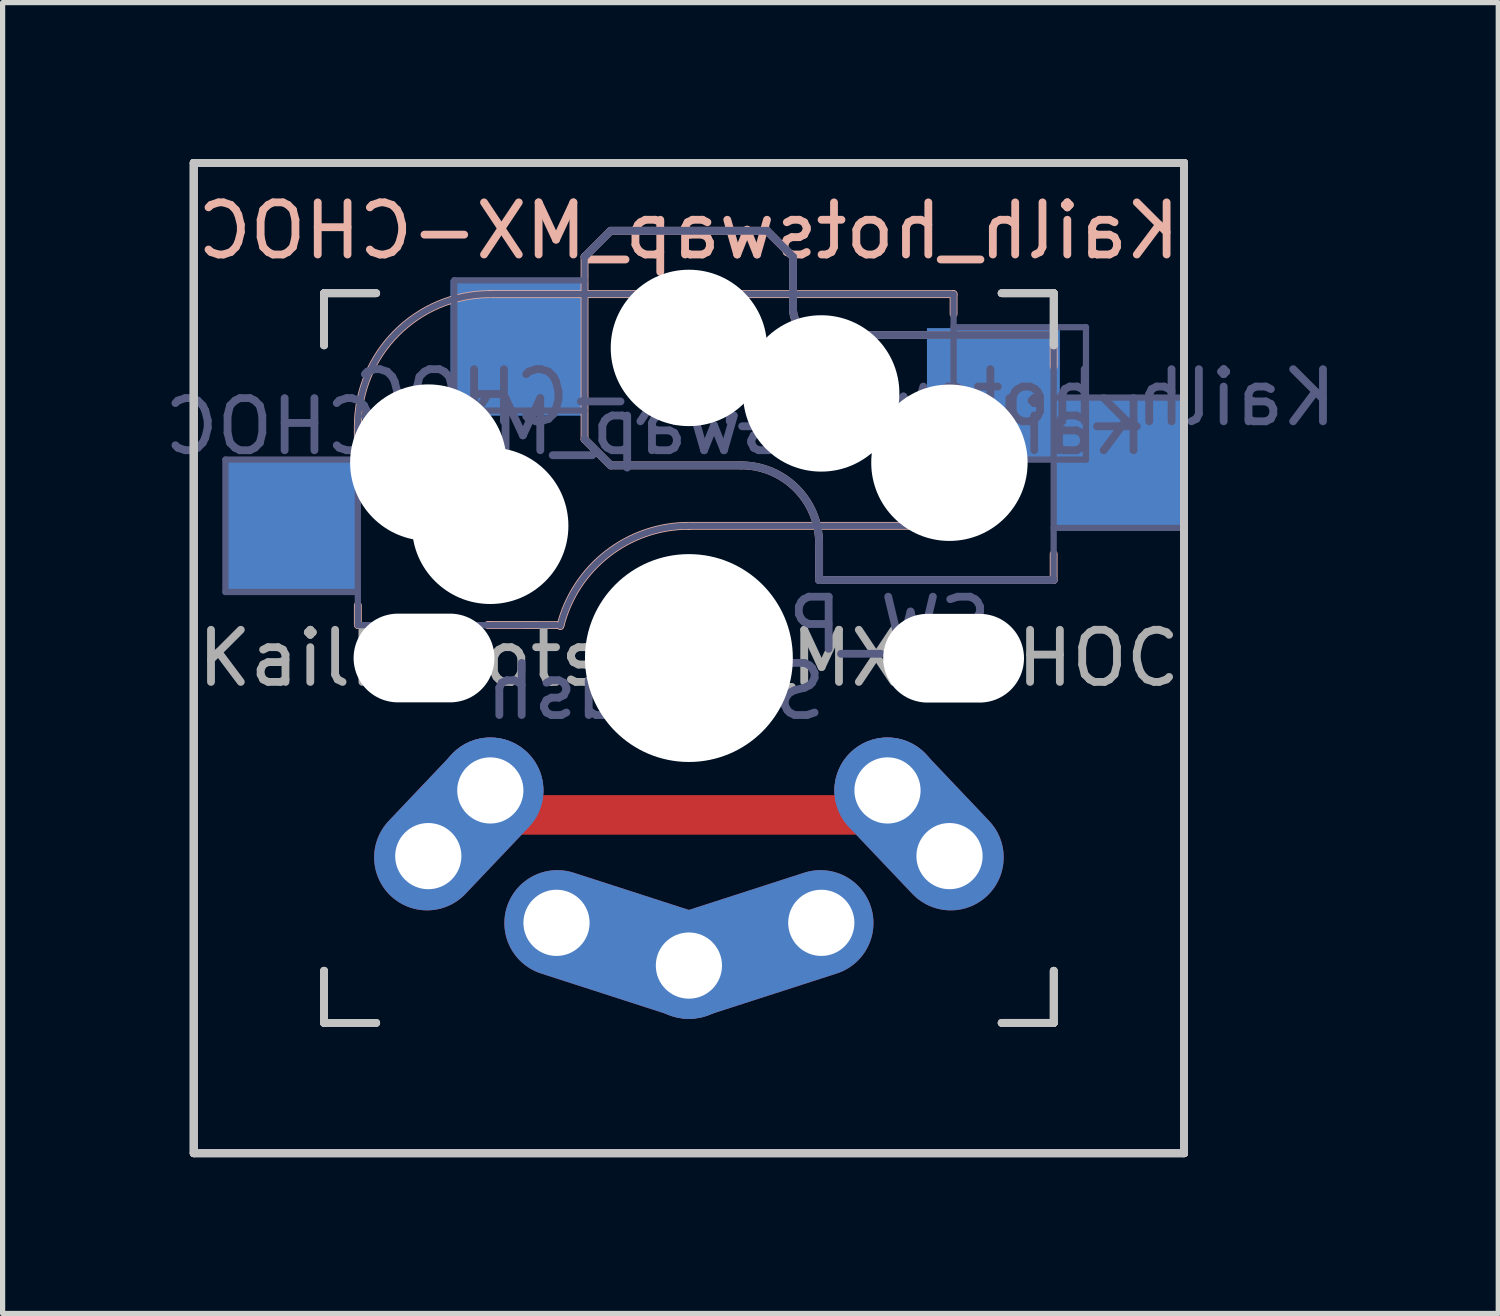
<source format=kicad_pcb>
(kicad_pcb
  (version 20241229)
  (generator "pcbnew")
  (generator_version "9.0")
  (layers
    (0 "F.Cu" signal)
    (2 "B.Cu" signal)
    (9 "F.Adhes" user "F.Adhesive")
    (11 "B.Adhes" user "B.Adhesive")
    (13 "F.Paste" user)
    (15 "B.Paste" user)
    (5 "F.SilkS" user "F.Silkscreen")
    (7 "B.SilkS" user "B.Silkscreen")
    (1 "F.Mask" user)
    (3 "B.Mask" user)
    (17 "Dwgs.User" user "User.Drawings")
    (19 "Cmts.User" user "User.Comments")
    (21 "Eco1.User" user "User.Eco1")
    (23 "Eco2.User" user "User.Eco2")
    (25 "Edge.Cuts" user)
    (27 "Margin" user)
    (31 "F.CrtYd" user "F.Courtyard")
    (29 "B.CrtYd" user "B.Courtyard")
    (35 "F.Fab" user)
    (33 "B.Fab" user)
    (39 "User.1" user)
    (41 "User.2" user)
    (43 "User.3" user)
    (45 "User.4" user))
  (footprint "Kailh_hotswap_MX-CHOC"
    (layer "F.Cu")
    (at 10.165 9.578)
    (property "Reference" "Kailh_hotswap_MX-CHOC" (at 0 -8.2 180) (layer "B.SilkS") (effects (font (size 1 1) (thickness 0.15)) (justify mirror)))
    (property "Value" "SW_Push" (at -0.617 -8.609 180) (layer "F.Fab") (hide yes) (effects (font (size 1 1) (thickness 0.15))))
    (attr smd)
    (fp_line (start -6.35 -4.445) (end -6.35 -4.064) (stroke (width 0.15) (type solid)) (layer "B.SilkS"))
    (fp_line (start -6.35 -1.016) (end -6.35 -0.635) (stroke (width 0.15) (type solid)) (layer "B.SilkS"))
    (fp_line (start -3.81 -6.985) (end 5.08 -6.985) (stroke (width 0.15) (type solid)) (layer "B.SilkS"))
    (fp_line (start -2.464 -0.635) (end -3.859 -0.637) (stroke (width 0.15) (type solid)) (layer "B.SilkS"))
    (fp_line (start -2 -7.7) (end -2 -4.2) (stroke (width 0.15) (type solid)) (layer "B.SilkS"))
    (fp_line (start -2 -7.7) (end -1.5 -8.2) (stroke (width 0.15) (type solid)) (layer "B.SilkS"))
    (fp_line (start -2 -4.2) (end -1.5 -3.7) (stroke (width 0.15) (type solid)) (layer "B.SilkS"))
    (fp_line (start -1.5 -8.2) (end 1.5 -8.2) (stroke (width 0.15) (type solid)) (layer "B.SilkS"))
    (fp_line (start -1.5 -3.7) (end 1 -3.7) (stroke (width 0.15) (type solid)) (layer "B.SilkS"))
    (fp_line (start 1.5 -8.2) (end 2 -7.7) (stroke (width 0.15) (type solid)) (layer "B.SilkS"))
    (fp_line (start 2 -6.7) (end 2 -7.7) (stroke (width 0.15) (type solid)) (layer "B.SilkS"))
    (fp_line (start 2.5 -2.2) (end 2.5 -1.5) (stroke (width 0.15) (type solid)) (layer "B.SilkS"))
    (fp_line (start 2.5 -1.5) (end 7 -1.5) (stroke (width 0.15) (type solid)) (layer "B.SilkS"))
    (fp_line (start 5.08 -6.985) (end 5.08 -6.604) (stroke (width 0.15) (type solid)) (layer "B.SilkS"))
    (fp_line (start 5.08 -3.556) (end 5.08 -2.54) (stroke (width 0.15) (type solid)) (layer "B.SilkS"))
    (fp_line (start 5.08 -2.54) (end 0 -2.54) (stroke (width 0.15) (type solid)) (layer "B.SilkS"))
    (fp_line (start 7 -6.2) (end 2.5 -6.2) (stroke (width 0.15) (type solid)) (layer "B.SilkS"))
    (fp_line (start 7 -5.6) (end 7 -6.2) (stroke (width 0.15) (type solid)) (layer "B.SilkS"))
    (fp_line (start 7 -1.5) (end 7 -2) (stroke (width 0.15) (type solid)) (layer "B.SilkS"))
    (fp_arc (start -6.35 -4.445) (mid -5.606051 -6.241051) (end -3.81 -6.985) (stroke (width 0.15) (type solid)) (layer "B.SilkS"))
    (fp_arc (start -2.464162 -0.61604) (mid -1.563147 -2.002042) (end 0 -2.54) (stroke (width 0.15) (type solid)) (layer "B.SilkS"))
    (fp_arc (start 1 -3.7) (mid 2.060661 -3.26066) (end 2.5 -2.2) (stroke (width 0.15) (type solid)) (layer "B.SilkS"))
    (fp_arc (start 2.5 -6.2) (mid 2.146447 -6.346446) (end 2 -6.7) (stroke (width 0.15) (type solid)) (layer "B.SilkS"))
    (fp_line (start -9.498 -9.503) (end -9.498 9.497) (stroke (width 0.15) (type solid)) (layer "Dwgs.User"))
    (fp_line (start -9.498 -9.503) (end 9.502 -9.503) (stroke (width 0.15) (type solid)) (layer "Dwgs.User"))
    (fp_line (start -9.498 -9.503) (end 9.502 -9.503) (stroke (width 0.15) (type solid)) (layer "Dwgs.User"))
    (fp_line (start -9.498 -9.503) (end 9.502 -9.503) (stroke (width 0.15) (type solid)) (layer "Dwgs.User"))
    (fp_line (start -9.498 9.497) (end -9.498 -9.503) (stroke (width 0.15) (type solid)) (layer "Dwgs.User"))
    (fp_line (start -9.498 9.497) (end -9.498 -9.503) (stroke (width 0.15) (type solid)) (layer "Dwgs.User"))
    (fp_line (start -9.498 9.497) (end -9.498 -9.503) (stroke (width 0.15) (type solid)) (layer "Dwgs.User"))
    (fp_line (start -9.498 9.497) (end 9.502 9.497) (stroke (width 0.15) (type solid)) (layer "Dwgs.User"))
    (fp_line (start -6.998 -6.003) (end -6.998 -7.003) (stroke (width 0.15) (type solid)) (layer "Dwgs.User"))
    (fp_line (start -6.998 -6.003) (end -6.998 -7.003) (stroke (width 0.15) (type solid)) (layer "Dwgs.User"))
    (fp_line (start -6.998 -6.003) (end -6.998 -7.003) (stroke (width 0.15) (type solid)) (layer "Dwgs.User"))
    (fp_line (start -6.998 5.997) (end -6.998 6.997) (stroke (width 0.15) (type solid)) (layer "Dwgs.User"))
    (fp_line (start -6.998 6.997) (end -6.998 5.997) (stroke (width 0.15) (type solid)) (layer "Dwgs.User"))
    (fp_line (start -6.998 6.997) (end -6.998 5.997) (stroke (width 0.15) (type solid)) (layer "Dwgs.User"))
    (fp_line (start -6.998 6.997) (end -5.998 6.997) (stroke (width 0.15) (type solid)) (layer "Dwgs.User"))
    (fp_line (start -6.998 6.997) (end -5.998 6.997) (stroke (width 0.15) (type solid)) (layer "Dwgs.User"))
    (fp_line (start -6.998 6.997) (end -5.998 6.997) (stroke (width 0.15) (type solid)) (layer "Dwgs.User"))
    (fp_line (start -5.998 -7.003) (end -6.998 -7.003) (stroke (width 0.15) (type solid)) (layer "Dwgs.User"))
    (fp_line (start -5.998 -7.003) (end -6.998 -7.003) (stroke (width 0.15) (type solid)) (layer "Dwgs.User"))
    (fp_line (start -5.998 -7.003) (end -6.998 -7.003) (stroke (width 0.15) (type solid)) (layer "Dwgs.User"))
    (fp_line (start 6.002 -7.003) (end 7.002 -7.003) (stroke (width 0.15) (type solid)) (layer "Dwgs.User"))
    (fp_line (start 6.002 6.997) (end 7.002 6.997) (stroke (width 0.15) (type solid)) (layer "Dwgs.User"))
    (fp_line (start 6.002 6.997) (end 7.002 6.997) (stroke (width 0.15) (type solid)) (layer "Dwgs.User"))
    (fp_line (start 6.003 6.996) (end 7.003 6.996) (stroke (width 0.15) (type solid)) (layer "Dwgs.User"))
    (fp_line (start 7.002 -7.003) (end 6.002 -7.003) (stroke (width 0.15) (type solid)) (layer "Dwgs.User"))
    (fp_line (start 7.002 -7.003) (end 6.002 -7.003) (stroke (width 0.15) (type solid)) (layer "Dwgs.User"))
    (fp_line (start 7.002 -7.003) (end 7.002 -6.003) (stroke (width 0.15) (type solid)) (layer "Dwgs.User"))
    (fp_line (start 7.002 -7.003) (end 7.002 -6.003) (stroke (width 0.15) (type solid)) (layer "Dwgs.User"))
    (fp_line (start 7.002 -6.003) (end 7.002 -7.003) (stroke (width 0.15) (type solid)) (layer "Dwgs.User"))
    (fp_line (start 7.002 5.997) (end 7.002 6.997) (stroke (width 0.15) (type solid)) (layer "Dwgs.User"))
    (fp_line (start 7.002 5.997) (end 7.002 6.997) (stroke (width 0.15) (type solid)) (layer "Dwgs.User"))
    (fp_line (start 7.002 5.997) (end 7.002 6.997) (stroke (width 0.15) (type solid)) (layer "Dwgs.User"))
    (fp_line (start 9.502 -9.503) (end -9.498 -9.503) (stroke (width 0.15) (type solid)) (layer "Dwgs.User"))
    (fp_line (start 9.502 -9.503) (end 9.502 9.497) (stroke (width 0.15) (type solid)) (layer "Dwgs.User"))
    (fp_line (start 9.502 -9.503) (end 9.502 9.497) (stroke (width 0.15) (type solid)) (layer "Dwgs.User"))
    (fp_line (start 9.502 -9.503) (end 9.502 9.497) (stroke (width 0.15) (type solid)) (layer "Dwgs.User"))
    (fp_line (start 9.502 9.497) (end -9.498 9.497) (stroke (width 0.15) (type solid)) (layer "Dwgs.User"))
    (fp_line (start 9.502 9.497) (end -9.498 9.497) (stroke (width 0.15) (type solid)) (layer "Dwgs.User"))
    (fp_line (start 9.502 9.497) (end -9.498 9.497) (stroke (width 0.15) (type solid)) (layer "Dwgs.User"))
    (fp_line (start 9.502 9.497) (end 9.502 -9.503) (stroke (width 0.15) (type solid)) (layer "Dwgs.User"))
    (fp_line (start -8.89 -3.81) (end -6.35 -3.81) (stroke (width 0.12) (type solid)) (layer "B.Fab"))
    (fp_line (start -8.89 -1.27) (end -8.89 -3.81) (stroke (width 0.12) (type solid)) (layer "B.Fab"))
    (fp_line (start -6.35 -1.27) (end -8.89 -1.27) (stroke (width 0.12) (type solid)) (layer "B.Fab"))
    (fp_line (start -6.35 -0.635) (end -6.35 -4.445) (stroke (width 0.12) (type solid)) (layer "B.Fab"))
    (fp_line (start -6.35 -0.635) (end -2.54 -0.635) (stroke (width 0.12) (type solid)) (layer "B.Fab"))
    (fp_line (start -4.5 -7.25) (end -2 -7.25) (stroke (width 0.12) (type solid)) (layer "B.Fab"))
    (fp_line (start -4.5 -4.75) (end -4.5 -7.25) (stroke (width 0.12) (type solid)) (layer "B.Fab"))
    (fp_line (start -3.81 -6.985) (end 5.08 -6.985) (stroke (width 0.12) (type solid)) (layer "B.Fab"))
    (fp_line (start -2 -7.7) (end -1.5 -8.2) (stroke (width 0.15) (type solid)) (layer "B.Fab"))
    (fp_line (start -2 -4.75) (end -4.5 -4.75) (stroke (width 0.12) (type solid)) (layer "B.Fab"))
    (fp_line (start -2 -4.25) (end -2 -7.7) (stroke (width 0.12) (type solid)) (layer "B.Fab"))
    (fp_line (start -2 -4.2) (end -1.5 -3.7) (stroke (width 0.15) (type solid)) (layer "B.Fab"))
    (fp_line (start -1.5 -8.2) (end 1.5 -8.2) (stroke (width 0.15) (type solid)) (layer "B.Fab"))
    (fp_line (start -1.5 -3.7) (end 1 -3.7) (stroke (width 0.15) (type solid)) (layer "B.Fab"))
    (fp_line (start 1.5 -8.2) (end 2 -7.7) (stroke (width 0.15) (type solid)) (layer "B.Fab"))
    (fp_line (start 2 -6.7) (end 2 -7.7) (stroke (width 0.15) (type solid)) (layer "B.Fab"))
    (fp_line (start 2.5 -2.2) (end 2.5 -1.5) (stroke (width 0.15) (type solid)) (layer "B.Fab"))
    (fp_line (start 2.5 -1.5) (end 7 -1.5) (stroke (width 0.15) (type solid)) (layer "B.Fab"))
    (fp_line (start 5.08 -6.985) (end 5.08 -2.54) (stroke (width 0.12) (type solid)) (layer "B.Fab"))
    (fp_line (start 5.08 -6.35) (end 7.62 -6.35) (stroke (width 0.12) (type solid)) (layer "B.Fab"))
    (fp_line (start 5.08 -2.54) (end 0 -2.54) (stroke (width 0.12) (type solid)) (layer "B.Fab"))
    (fp_line (start 7 -6.2) (end 2.5 -6.2) (stroke (width 0.15) (type solid)) (layer "B.Fab"))
    (fp_line (start 7 -5) (end 9.5 -5) (stroke (width 0.12) (type solid)) (layer "B.Fab"))
    (fp_line (start 7 -1.5) (end 7 -6.2) (stroke (width 0.12) (type solid)) (layer "B.Fab"))
    (fp_line (start 7.62 -6.35) (end 7.62 -3.81) (stroke (width 0.12) (type solid)) (layer "B.Fab"))
    (fp_line (start 7.62 -3.81) (end 5.08 -3.81) (stroke (width 0.12) (type solid)) (layer "B.Fab"))
    (fp_line (start 9.5 -2.5) (end 7 -2.5) (stroke (width 0.12) (type solid)) (layer "B.Fab"))
    (fp_arc (start -6.35 -4.445) (mid -5.606051 -6.241051) (end -3.81 -6.985) (stroke (width 0.12) (type solid)) (layer "B.Fab"))
    (fp_arc (start -2.464162 -0.61604) (mid -1.563147 -2.002042) (end 0 -2.54) (stroke (width 0.12) (type solid)) (layer "B.Fab"))
    (fp_arc (start 1 -3.7) (mid 2.060661 -3.26066) (end 2.5 -2.2) (stroke (width 0.15) (type solid)) (layer "B.Fab"))
    (fp_arc (start 2.5 -6.2) (mid 2.146447 -6.346446) (end 2 -6.7) (stroke (width 0.15) (type solid)) (layer "B.Fab"))
    (fp_text user "${VALUE}" (at 2.54 -0.635 180) (layer "B.Fab") (effects (font (size 1 1) (thickness 0.15)) (justify mirror)))
    (fp_text user "${VALUE}" (at -0.635 0.635 180) (layer "B.Fab") (effects (font (size 1 1) (thickness 0.15)) (justify mirror)))
    (fp_text user "${REFERENCE}" (at 3 -5 180) (layer "B.Fab") (effects (font (size 1 1) (thickness 0.15)) (justify mirror)))
    (fp_text user "${REFERENCE}" (at -0.635 -4.445 180) (layer "B.Fab") (effects (font (size 1 1) (thickness 0.15)) (justify mirror)))
    (fp_text user "${REFERENCE}" (at 0 0 180) (layer "F.Fab") (effects (font (size 1 1) (thickness 0.15))))
    (pad "" np_thru_hole oval (at -5.08 -0.004) (size 2.702 1.702) (drill oval 2.702 1.702) (layers "*.Cu" "*.Mask"))
    (pad "" np_thru_hole circle (at -4.998 -3.753 343) (size 3 3) (drill 3) (layers "*.Cu" "*.Mask"))
    (pad "" np_thru_hole circle (at -3.81 -2.54) (size 3 3) (drill 3) (layers "*.Cu" "*.Mask"))
    (pad "" np_thru_hole circle (at 0.002 -5.953 343) (size 3 3) (drill 3) (layers "*.Cu" "*.Mask"))
    (pad "" np_thru_hole circle (at 0.002 -0.003 180) (size 3.988 3.988) (drill 3.988) (layers "*.Cu" "*.Mask"))
    (pad "" np_thru_hole circle (at 2.54 -5.08) (size 3 3) (drill 3) (layers "*.Cu" "*.Mask"))
    (pad "" np_thru_hole circle (at 5 -3.75) (size 3 3) (drill 3) (layers "*.Cu" "*.Mask"))
    (pad "" np_thru_hole oval (at 5.08 0) (size 2.702 1.702) (drill oval 2.702 1.702) (layers "*.Cu" "*.Mask"))
    (pad "1" thru_hole oval (at -4.998 3.797 136.5) (size 2.032 3.8) (drill 1.27 (offset 0 0.85)) (layers "*.Cu" "*.Mask"))
    (pad "1" thru_hole circle (at -3.808 2.537 158) (size 2.032 2.032) (drill 1.27) (layers "*.Cu" "*.Mask"))
    (pad "1" smd roundrect (at -1.011 3.389) (size 7.62 0.759) (drill (offset 1.018 -0.383)) (layers "F.Cu" "F.Mask" "F.Paste") (roundrect_rratio 0.25))
    (pad "1" thru_hole circle (at 3.812 2.537 202) (size 2.032 2.032) (drill 1.27) (layers "*.Cu" "*.Mask"))
    (pad "1" thru_hole oval (at 5.002 3.797 223.5) (size 2.032 3.8) (drill 1.27 (offset 0 0.85)) (layers "*.Cu" "*.Mask"))
    (pad "1" smd rect (at 5.844 -5.083) (size 2.55 2.5) (layers "B.Cu" "B.Mask" "B.Paste"))
    (pad "1" smd rect (at 8.275 -3.75) (size 2.6 2.6) (layers "B.Cu" "B.Mask" "B.Paste"))
    (pad "2" smd rect (at -7.62 -2.54) (size 2.55 2.5) (layers "B.Cu" "B.Mask" "B.Paste"))
    (pad "2" smd rect (at -3.273 -5.953) (size 2.6 2.6) (layers "B.Cu" "B.Mask" "B.Paste"))
    (pad "2" thru_hole oval (at -2.538 5.077 252.1) (size 2.032 4.7) (drill 1.27 (offset 0 -1.35)) (layers "*.Cu" "*.Mask"))
    (pad "2" thru_hole circle (at 0.002 5.897 343) (size 2.032 2.032) (drill 1.27) (layers "*.Cu" "*.Mask"))
    (pad "2" thru_hole oval (at 2.542 5.077 107.9) (size 2.032 4.7) (drill 1.27 (offset 0 -1.35)) (layers "*.Cu" "*.Mask")))
  (gr_rect
    (start -3 -3)
    (end 25.695 22.15)
    (stroke (width 0.1) (type default))
    (fill no)
    (layer "Edge.Cuts")))
</source>
